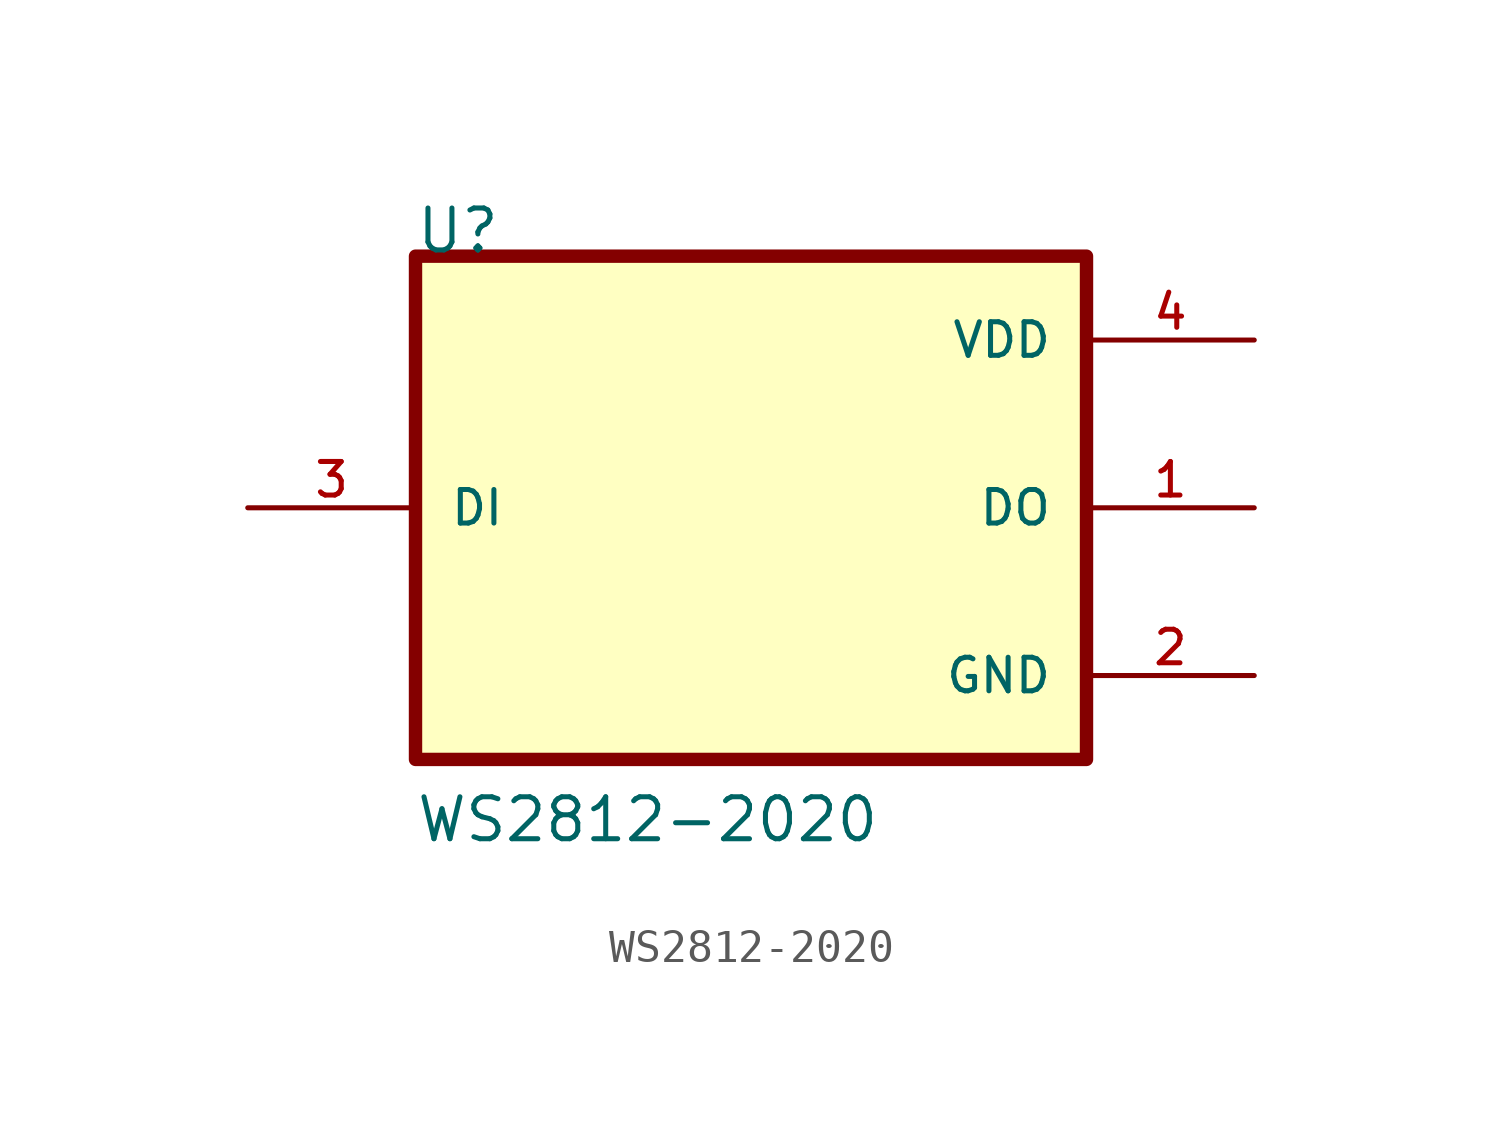
<source format=kicad_sym>
(kicad_symbol_lib
  (version 20211014)
  (generator kicad_symbol_editor)
  (symbol "WS2812-2020"
    (pin_names
      (offset 1.016))
    (property "Reference" "U"
      (at -10.185 7.645 0)
      (effects (font (size 1.27 1.27)) (justify left bottom)))
    (property "Value" "WS2812-2020"
      (at -10.185 -10.185 0)
      (effects (font (size 1.27 1.27)) (justify left bottom)))
    (property "ki_locked" ""
      (at 0 0 0)
      (effects (font (size 1.27 1.27))))
    (symbol "WS2812-2020_0_0"
      (rectangle (start -10.16 -7.62) (end 10.16 7.62) (stroke (width 0.406) (type default) (color 0 0 0 0)) (fill (type background)))
      (pin output line (at 15.24 0 180) (length 5.08) (name "DO" (effects (font (size 1.016 1.016)))) (number "1" (effects (font (size 1.016 1.016)))))
      (pin power_in line (at 15.24 -5.08 180) (length 5.08) (name "GND" (effects (font (size 1.016 1.016)))) (number "2" (effects (font (size 1.016 1.016)))))
      (pin input line (at -15.24 0 0) (length 5.08) (name "DI" (effects (font (size 1.016 1.016)))) (number "3" (effects (font (size 1.016 1.016)))))
      (pin power_in line (at 15.24 5.08 180) (length 5.08) (name "VDD" (effects (font (size 1.016 1.016)))) (number "4" (effects (font (size 1.016 1.016))))))))
</source>
